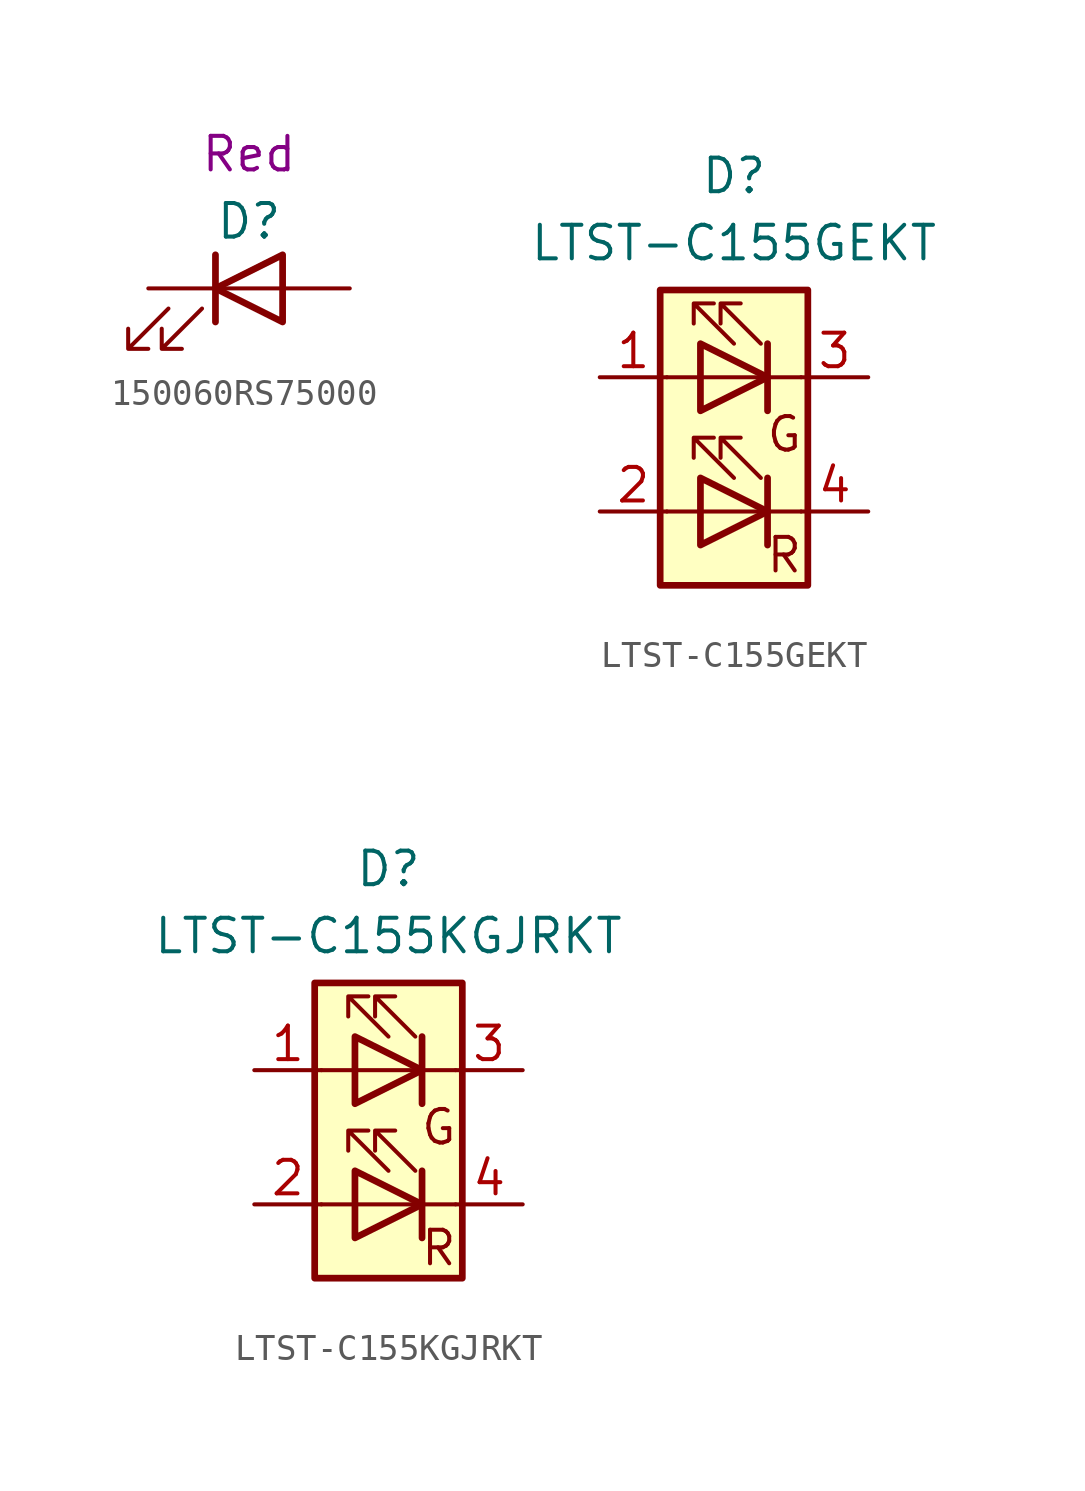
<source format=kicad_sym>
(kicad_symbol_lib
  (version 20210619)
  (generator kicad_symbol_editor)
  (symbol "Device_custom:150060RS75000"
    (pin_numbers hide)
    (pin_names
      (offset 1.016) hide)
    (property "Reference" "D"
      (at 0 2.54 0)
      (effects (font (size 1.27 1.27))))
    (property "Color" "Red"
      (at 0 5.08 0)
      (effects (font (size 1.27 1.27))))
    (symbol "150060RS75000_0_1"
      (polyline (pts (xy -1.27 -1.27) (xy -1.27 1.27)) (stroke (width 0.254)) (fill (type none)))
      (polyline (pts (xy -1.27 0) (xy 1.27 0)) (stroke (width 0)) (fill (type none)))
      (polyline (pts (xy 1.27 -1.27) (xy 1.27 1.27) (xy -1.27 0) (xy 1.27 -1.27)) (stroke (width 0.254)) (fill (type none)))
      (polyline (pts (xy -3.048 -0.762) (xy -4.572 -2.286) (xy -3.81 -2.286) (xy -4.572 -2.286) (xy -4.572 -1.524)) (stroke (width 0)) (fill (type none)))
      (polyline (pts (xy -1.778 -0.762) (xy -3.302 -2.286) (xy -2.54 -2.286) (xy -3.302 -2.286) (xy -3.302 -1.524)) (stroke (width 0)) (fill (type none))))
    (symbol "150060RS75000_1_1"
      (pin passive line (at -3.81 0 0) (length 2.54) (name "K" (effects (font (size 1.27 1.27)))) (number "1" (effects (font (size 1.27 1.27)))))
      (pin passive line (at 3.81 0 180) (length 2.54) (name "A" (effects (font (size 1.27 1.27)))) (number "2" (effects (font (size 1.27 1.27)))))))
  (symbol "Device_custom:LTST-C155GEKT"
    (property "Reference" "D"
      (at 2.54 15.24 0)
      (effects (font (size 1.27 1.27))))
    (property "Value" "LTST-C155GEKT"
      (at 2.54 12.7 0)
      (effects (font (size 1.27 1.27))))
    (symbol "LTST-C155GEKT_0_0"
      (text "G" (at 4.445 5.461 0) (effects (font (size 1.27 1.27))))
      (text "R" (at 4.445 0.889 0) (effects (font (size 1.27 1.27)))))
    (symbol "LTST-C155GEKT_0_1"
      (rectangle (start 1.27 1.27) (end 1.27 3.81) (stroke (width 0)) (fill (type none)))
      (rectangle (start 1.27 3.81) (end 1.27 3.81) (stroke (width 0)) (fill (type none)))
      (rectangle (start 1.27 6.35) (end 1.27 8.89) (stroke (width 0)) (fill (type none)))
      (rectangle (start 1.27 8.89) (end 1.27 8.89) (stroke (width 0)) (fill (type none)))
      (rectangle (start 5.334 10.922) (end -0.254 -0.254) (stroke (width 0.254)) (fill (type background)))
      (polyline (pts (xy 1.27 2.54) (xy 0 2.54)) (stroke (width 0)) (fill (type none)))
      (polyline (pts (xy 1.27 2.54) (xy 3.81 2.54)) (stroke (width 0)) (fill (type none)))
      (polyline (pts (xy 1.27 7.62) (xy 0 7.62)) (stroke (width 0)) (fill (type none)))
      (polyline (pts (xy 3.81 2.54) (xy 5.08 2.54)) (stroke (width 0)) (fill (type none)))
      (polyline (pts (xy 3.81 3.81) (xy 3.81 1.27)) (stroke (width 0.254)) (fill (type none)))
      (polyline (pts (xy 3.81 7.62) (xy 1.27 7.62)) (stroke (width 0)) (fill (type none)))
      (polyline (pts (xy 3.81 7.62) (xy 5.08 7.62)) (stroke (width 0)) (fill (type none)))
      (polyline (pts (xy 3.81 8.89) (xy 3.81 6.35)) (stroke (width 0.254)) (fill (type none)))
      (polyline (pts (xy 3.81 3.81) (xy 3.81 1.27) (xy 3.81 1.27)) (stroke (width 0)) (fill (type none)))
      (polyline (pts (xy 3.81 8.89) (xy 3.81 6.35) (xy 3.81 6.35)) (stroke (width 0)) (fill (type none)))
      (polyline (pts (xy 1.27 3.81) (xy 1.27 1.27) (xy 3.81 2.54) (xy 1.27 3.81)) (stroke (width 0.254)) (fill (type none)))
      (polyline (pts (xy 1.27 8.89) (xy 1.27 6.35) (xy 3.81 7.62) (xy 1.27 8.89)) (stroke (width 0.254)) (fill (type none)))
      (polyline (pts (xy 2.54 3.81) (xy 1.016 5.334) (xy 1.778 5.334) (xy 1.016 5.334) (xy 1.016 4.572)) (stroke (width 0)) (fill (type none)))
      (polyline (pts (xy 2.54 8.89) (xy 1.016 10.414) (xy 1.778 10.414) (xy 1.016 10.414) (xy 1.016 9.652)) (stroke (width 0)) (fill (type none)))
      (polyline (pts (xy 3.556 3.81) (xy 2.032 5.334) (xy 2.794 5.334) (xy 2.032 5.334) (xy 2.032 4.572)) (stroke (width 0)) (fill (type none)))
      (polyline (pts (xy 3.556 8.89) (xy 2.032 10.414) (xy 2.794 10.414) (xy 2.032 10.414) (xy 2.032 9.652)) (stroke (width 0)) (fill (type none))))
    (symbol "LTST-C155GEKT_1_1"
      (pin passive line (at -2.54 7.62 0) (length 2.54) (name "" (effects (font (size 1.27 1.27)))) (number "1" (effects (font (size 1.27 1.27)))))
      (pin passive line (at -2.54 2.54 0) (length 2.54) (name "" (effects (font (size 1.27 1.27)))) (number "2" (effects (font (size 1.27 1.27)))))
      (pin passive line (at 7.62 7.62 180) (length 2.54) (name "" (effects (font (size 1.27 1.27)))) (number "3" (effects (font (size 1.27 1.27)))))
      (pin passive line (at 7.62 2.54 180) (length 2.54) (name "" (effects (font (size 1.27 1.27)))) (number "4" (effects (font (size 1.27 1.27)))))))
  (symbol "Device_custom:LTST-C155KGJRKT"
    (property "Reference" "D"
      (at 2.54 15.24 0)
      (effects (font (size 1.27 1.27))))
    (property "Value" "LTST-C155KGJRKT"
      (at 2.54 12.7 0)
      (effects (font (size 1.27 1.27))))
    (symbol "LTST-C155KGJRKT_0_0"
      (text "G" (at 4.445 5.461 0) (effects (font (size 1.27 1.27))))
      (text "R" (at 4.445 0.889 0) (effects (font (size 1.27 1.27)))))
    (symbol "LTST-C155KGJRKT_0_1"
      (rectangle (start 1.27 1.27) (end 1.27 3.81) (stroke (width 0)) (fill (type none)))
      (rectangle (start 1.27 3.81) (end 1.27 3.81) (stroke (width 0)) (fill (type none)))
      (rectangle (start 1.27 6.35) (end 1.27 8.89) (stroke (width 0)) (fill (type none)))
      (rectangle (start 1.27 8.89) (end 1.27 8.89) (stroke (width 0)) (fill (type none)))
      (rectangle (start 5.334 10.922) (end -0.254 -0.254) (stroke (width 0.254)) (fill (type background)))
      (polyline (pts (xy 1.27 2.54) (xy 0 2.54)) (stroke (width 0)) (fill (type none)))
      (polyline (pts (xy 1.27 2.54) (xy 3.81 2.54)) (stroke (width 0)) (fill (type none)))
      (polyline (pts (xy 1.27 7.62) (xy 0 7.62)) (stroke (width 0)) (fill (type none)))
      (polyline (pts (xy 3.81 2.54) (xy 5.08 2.54)) (stroke (width 0)) (fill (type none)))
      (polyline (pts (xy 3.81 3.81) (xy 3.81 1.27)) (stroke (width 0.254)) (fill (type none)))
      (polyline (pts (xy 3.81 7.62) (xy 1.27 7.62)) (stroke (width 0)) (fill (type none)))
      (polyline (pts (xy 3.81 7.62) (xy 5.08 7.62)) (stroke (width 0)) (fill (type none)))
      (polyline (pts (xy 3.81 8.89) (xy 3.81 6.35)) (stroke (width 0.254)) (fill (type none)))
      (polyline (pts (xy 3.81 3.81) (xy 3.81 1.27) (xy 3.81 1.27)) (stroke (width 0)) (fill (type none)))
      (polyline (pts (xy 3.81 8.89) (xy 3.81 6.35) (xy 3.81 6.35)) (stroke (width 0)) (fill (type none)))
      (polyline (pts (xy 1.27 3.81) (xy 1.27 1.27) (xy 3.81 2.54) (xy 1.27 3.81)) (stroke (width 0.254)) (fill (type none)))
      (polyline (pts (xy 1.27 8.89) (xy 1.27 6.35) (xy 3.81 7.62) (xy 1.27 8.89)) (stroke (width 0.254)) (fill (type none)))
      (polyline (pts (xy 2.54 3.81) (xy 1.016 5.334) (xy 1.778 5.334) (xy 1.016 5.334) (xy 1.016 4.572)) (stroke (width 0)) (fill (type none)))
      (polyline (pts (xy 2.54 8.89) (xy 1.016 10.414) (xy 1.778 10.414) (xy 1.016 10.414) (xy 1.016 9.652)) (stroke (width 0)) (fill (type none)))
      (polyline (pts (xy 3.556 3.81) (xy 2.032 5.334) (xy 2.794 5.334) (xy 2.032 5.334) (xy 2.032 4.572)) (stroke (width 0)) (fill (type none)))
      (polyline (pts (xy 3.556 8.89) (xy 2.032 10.414) (xy 2.794 10.414) (xy 2.032 10.414) (xy 2.032 9.652)) (stroke (width 0)) (fill (type none))))
    (symbol "LTST-C155KGJRKT_1_1"
      (pin passive line (at -2.54 7.62 0) (length 2.54) (name "" (effects (font (size 1.27 1.27)))) (number "1" (effects (font (size 1.27 1.27)))))
      (pin passive line (at -2.54 2.54 0) (length 2.54) (name "" (effects (font (size 1.27 1.27)))) (number "2" (effects (font (size 1.27 1.27)))))
      (pin passive line (at 7.62 7.62 180) (length 2.54) (name "" (effects (font (size 1.27 1.27)))) (number "3" (effects (font (size 1.27 1.27)))))
      (pin passive line (at 7.62 2.54 180) (length 2.54) (name "" (effects (font (size 1.27 1.27)))) (number "4" (effects (font (size 1.27 1.27))))))))
</source>
